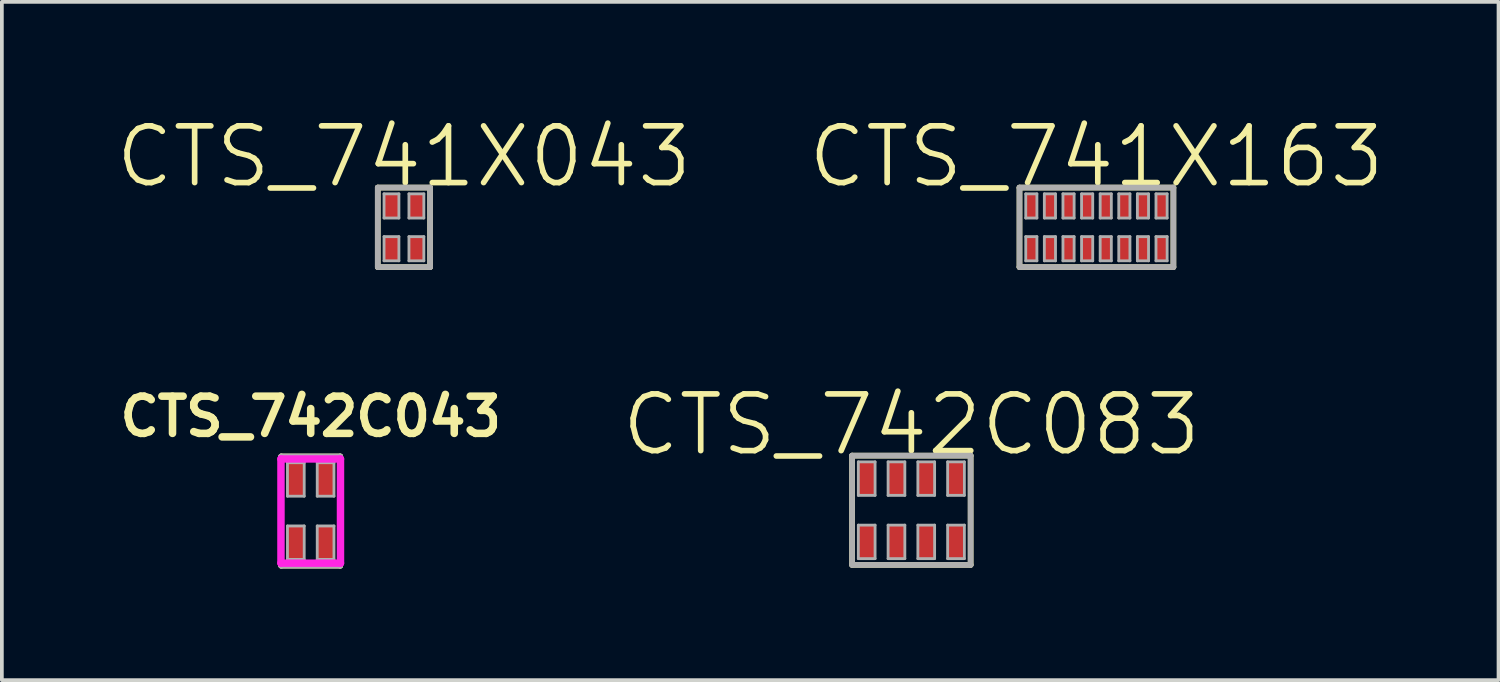
<source format=kicad_pcb>
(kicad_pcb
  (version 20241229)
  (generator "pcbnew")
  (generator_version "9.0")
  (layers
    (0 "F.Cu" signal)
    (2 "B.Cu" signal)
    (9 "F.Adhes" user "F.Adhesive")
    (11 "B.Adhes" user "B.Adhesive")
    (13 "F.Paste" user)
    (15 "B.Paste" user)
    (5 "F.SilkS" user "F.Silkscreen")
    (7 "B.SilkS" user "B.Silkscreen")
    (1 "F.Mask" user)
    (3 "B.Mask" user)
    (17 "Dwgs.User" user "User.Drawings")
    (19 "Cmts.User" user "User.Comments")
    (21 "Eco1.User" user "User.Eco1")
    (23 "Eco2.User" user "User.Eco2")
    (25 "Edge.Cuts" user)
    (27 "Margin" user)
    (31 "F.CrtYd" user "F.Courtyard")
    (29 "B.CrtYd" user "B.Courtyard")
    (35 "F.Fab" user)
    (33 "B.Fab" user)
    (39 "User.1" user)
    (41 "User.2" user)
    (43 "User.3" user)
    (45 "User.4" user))
  (footprint "CTS_742C083"
    (layer "F.Cu")
    (at 21.441 10.662)
    (property "Reference" "CTS_742C083" (at 0 -2.3 0) (layer "F.SilkS") (effects (font (size 1.524 1.524) (thickness 0.152))))
    (attr smd)
    (fp_line (start -1.593 -1.468) (end -1.593 1.468) (stroke (width 0.152) (type solid)) (layer "F.SilkS"))
    (fp_line (start -1.593 -1.468) (end 1.593 -1.468) (stroke (width 0.152) (type solid)) (layer "F.SilkS"))
    (fp_line (start 1.593 1.468) (end -1.593 1.468) (stroke (width 0.152) (type solid)) (layer "F.SilkS"))
    (fp_line (start 1.593 1.468) (end 1.593 -1.468) (stroke (width 0.152) (type solid)) (layer "F.SilkS"))
    (fp_line (start -1.593 -1.468) (end -1.593 1.468) (stroke (width 0.152) (type solid)) (layer "F.Fab"))
    (fp_line (start -1.593 -1.468) (end 1.593 -1.468) (stroke (width 0.152) (type solid)) (layer "F.Fab"))
    (fp_line (start -1.425 -1.3) (end -0.975 -1.3) (stroke (width 0.076) (type solid)) (layer "F.Fab"))
    (fp_line (start -1.425 -0.4) (end -1.425 -1.3) (stroke (width 0.076) (type solid)) (layer "F.Fab"))
    (fp_line (start -1.425 -0.4) (end -0.975 -0.4) (stroke (width 0.076) (type solid)) (layer "F.Fab"))
    (fp_line (start -1.425 0.4) (end -0.975 0.4) (stroke (width 0.076) (type solid)) (layer "F.Fab"))
    (fp_line (start -1.425 1.3) (end -1.425 0.4) (stroke (width 0.076) (type solid)) (layer "F.Fab"))
    (fp_line (start -1.425 1.3) (end -0.975 1.3) (stroke (width 0.076) (type solid)) (layer "F.Fab"))
    (fp_line (start -0.975 -0.4) (end -0.975 -1.3) (stroke (width 0.076) (type solid)) (layer "F.Fab"))
    (fp_line (start -0.975 1.3) (end -0.975 0.4) (stroke (width 0.076) (type solid)) (layer "F.Fab"))
    (fp_line (start -0.625 -1.3) (end -0.175 -1.3) (stroke (width 0.076) (type solid)) (layer "F.Fab"))
    (fp_line (start -0.625 -0.4) (end -0.625 -1.3) (stroke (width 0.076) (type solid)) (layer "F.Fab"))
    (fp_line (start -0.625 -0.4) (end -0.175 -0.4) (stroke (width 0.076) (type solid)) (layer "F.Fab"))
    (fp_line (start -0.625 0.4) (end -0.175 0.4) (stroke (width 0.076) (type solid)) (layer "F.Fab"))
    (fp_line (start -0.625 1.3) (end -0.625 0.4) (stroke (width 0.076) (type solid)) (layer "F.Fab"))
    (fp_line (start -0.625 1.3) (end -0.175 1.3) (stroke (width 0.076) (type solid)) (layer "F.Fab"))
    (fp_line (start -0.175 -0.4) (end -0.175 -1.3) (stroke (width 0.076) (type solid)) (layer "F.Fab"))
    (fp_line (start -0.175 1.3) (end -0.175 0.4) (stroke (width 0.076) (type solid)) (layer "F.Fab"))
    (fp_line (start 0.175 -1.3) (end 0.625 -1.3) (stroke (width 0.076) (type solid)) (layer "F.Fab"))
    (fp_line (start 0.175 -0.4) (end 0.175 -1.3) (stroke (width 0.076) (type solid)) (layer "F.Fab"))
    (fp_line (start 0.175 -0.4) (end 0.625 -0.4) (stroke (width 0.076) (type solid)) (layer "F.Fab"))
    (fp_line (start 0.175 0.4) (end 0.625 0.4) (stroke (width 0.076) (type solid)) (layer "F.Fab"))
    (fp_line (start 0.175 1.3) (end 0.175 0.4) (stroke (width 0.076) (type solid)) (layer "F.Fab"))
    (fp_line (start 0.175 1.3) (end 0.625 1.3) (stroke (width 0.076) (type solid)) (layer "F.Fab"))
    (fp_line (start 0.625 -0.4) (end 0.625 -1.3) (stroke (width 0.076) (type solid)) (layer "F.Fab"))
    (fp_line (start 0.625 1.3) (end 0.625 0.4) (stroke (width 0.076) (type solid)) (layer "F.Fab"))
    (fp_line (start 0.975 -1.3) (end 1.425 -1.3) (stroke (width 0.076) (type solid)) (layer "F.Fab"))
    (fp_line (start 0.975 -0.4) (end 0.975 -1.3) (stroke (width 0.076) (type solid)) (layer "F.Fab"))
    (fp_line (start 0.975 -0.4) (end 1.425 -0.4) (stroke (width 0.076) (type solid)) (layer "F.Fab"))
    (fp_line (start 0.975 0.4) (end 1.425 0.4) (stroke (width 0.076) (type solid)) (layer "F.Fab"))
    (fp_line (start 0.975 1.3) (end 0.975 0.4) (stroke (width 0.076) (type solid)) (layer "F.Fab"))
    (fp_line (start 0.975 1.3) (end 1.425 1.3) (stroke (width 0.076) (type solid)) (layer "F.Fab"))
    (fp_line (start 1.425 -0.4) (end 1.425 -1.3) (stroke (width 0.076) (type solid)) (layer "F.Fab"))
    (fp_line (start 1.425 1.3) (end 1.425 0.4) (stroke (width 0.076) (type solid)) (layer "F.Fab"))
    (fp_line (start 1.593 1.468) (end -1.593 1.468) (stroke (width 0.152) (type solid)) (layer "F.Fab"))
    (fp_line (start 1.593 1.468) (end 1.593 -1.468) (stroke (width 0.152) (type solid)) (layer "F.Fab"))
    (pad "1" smd rect (at -1.2 0.85) (size 0.45 0.9) (layers "F.Cu" "F.Mask" "F.Paste"))
    (pad "2" smd rect (at -0.4 0.85) (size 0.45 0.9) (layers "F.Cu" "F.Mask" "F.Paste"))
    (pad "3" smd rect (at 0.4 0.85) (size 0.45 0.9) (layers "F.Cu" "F.Mask" "F.Paste"))
    (pad "4" smd rect (at 1.2 0.85) (size 0.45 0.9) (layers "F.Cu" "F.Mask" "F.Paste"))
    (pad "5" smd rect (at 1.2 -0.85) (size 0.45 0.9) (layers "F.Cu" "F.Mask" "F.Paste"))
    (pad "6" smd rect (at 0.4 -0.85) (size 0.45 0.9) (layers "F.Cu" "F.Mask" "F.Paste"))
    (pad "7" smd rect (at -0.4 -0.85) (size 0.45 0.9) (layers "F.Cu" "F.Mask" "F.Paste"))
    (pad "8" smd rect (at -1.2 -0.85) (size 0.45 0.9) (layers "F.Cu" "F.Mask" "F.Paste")))
  (footprint "CTS_742C043"
    (layer "F.Cu")
    (at 5.3 10.684)
    (property "Reference" "CTS_742C043" (at 0 -2.54 0) (layer "F.SilkS") (effects (font (size 1 1) (thickness 0.203))))
    (attr smd)
    (fp_line (start -0.793 -1.468) (end -0.793 1.468) (stroke (width 0.152) (type solid)) (layer "F.SilkS"))
    (fp_line (start -0.793 -1.468) (end 0.793 -1.468) (stroke (width 0.152) (type solid)) (layer "F.SilkS"))
    (fp_line (start 0.793 1.468) (end -0.793 1.468) (stroke (width 0.152) (type solid)) (layer "F.SilkS"))
    (fp_line (start 0.793 1.468) (end 0.793 -1.468) (stroke (width 0.152) (type solid)) (layer "F.SilkS"))
    (fp_line (start -0.8 -1.4) (end -0.8 1.4) (stroke (width 0.2) (type solid)) (layer "F.CrtYd"))
    (fp_line (start -0.8 1.4) (end 0.8 1.4) (stroke (width 0.2) (type solid)) (layer "F.CrtYd"))
    (fp_line (start 0.8 -1.4) (end -0.8 -1.4) (stroke (width 0.2) (type solid)) (layer "F.CrtYd"))
    (fp_line (start 0.8 1.4) (end 0.8 -1.4) (stroke (width 0.2) (type solid)) (layer "F.CrtYd"))
    (fp_line (start -0.793 -1.468) (end -0.793 1.468) (stroke (width 0.152) (type solid)) (layer "F.Fab"))
    (fp_line (start -0.793 -1.468) (end 0.793 -1.468) (stroke (width 0.152) (type solid)) (layer "F.Fab"))
    (fp_line (start -0.625 -1.3) (end -0.175 -1.3) (stroke (width 0.076) (type solid)) (layer "F.Fab"))
    (fp_line (start -0.625 -0.4) (end -0.625 -1.3) (stroke (width 0.076) (type solid)) (layer "F.Fab"))
    (fp_line (start -0.625 -0.4) (end -0.175 -0.4) (stroke (width 0.076) (type solid)) (layer "F.Fab"))
    (fp_line (start -0.625 0.4) (end -0.175 0.4) (stroke (width 0.076) (type solid)) (layer "F.Fab"))
    (fp_line (start -0.625 1.3) (end -0.625 0.4) (stroke (width 0.076) (type solid)) (layer "F.Fab"))
    (fp_line (start -0.625 1.3) (end -0.175 1.3) (stroke (width 0.076) (type solid)) (layer "F.Fab"))
    (fp_line (start -0.175 -0.4) (end -0.175 -1.3) (stroke (width 0.076) (type solid)) (layer "F.Fab"))
    (fp_line (start -0.175 1.3) (end -0.175 0.4) (stroke (width 0.076) (type solid)) (layer "F.Fab"))
    (fp_line (start 0.175 -1.3) (end 0.625 -1.3) (stroke (width 0.076) (type solid)) (layer "F.Fab"))
    (fp_line (start 0.175 -0.4) (end 0.175 -1.3) (stroke (width 0.076) (type solid)) (layer "F.Fab"))
    (fp_line (start 0.175 -0.4) (end 0.625 -0.4) (stroke (width 0.076) (type solid)) (layer "F.Fab"))
    (fp_line (start 0.175 0.4) (end 0.625 0.4) (stroke (width 0.076) (type solid)) (layer "F.Fab"))
    (fp_line (start 0.175 1.3) (end 0.175 0.4) (stroke (width 0.076) (type solid)) (layer "F.Fab"))
    (fp_line (start 0.175 1.3) (end 0.625 1.3) (stroke (width 0.076) (type solid)) (layer "F.Fab"))
    (fp_line (start 0.625 -0.4) (end 0.625 -1.3) (stroke (width 0.076) (type solid)) (layer "F.Fab"))
    (fp_line (start 0.625 1.3) (end 0.625 0.4) (stroke (width 0.076) (type solid)) (layer "F.Fab"))
    (fp_line (start 0.793 1.468) (end -0.793 1.468) (stroke (width 0.152) (type solid)) (layer "F.Fab"))
    (fp_line (start 0.793 1.468) (end 0.793 -1.468) (stroke (width 0.152) (type solid)) (layer "F.Fab"))
    (pad "1" smd rect (at -0.4 0.85) (size 0.45 0.9) (layers "F.Cu" "F.Mask" "F.Paste"))
    (pad "2" smd rect (at 0.4 0.85) (size 0.45 0.9) (layers "F.Cu" "F.Mask" "F.Paste"))
    (pad "3" smd rect (at 0.4 -0.85) (size 0.45 0.9) (layers "F.Cu" "F.Mask" "F.Paste"))
    (pad "4" smd rect (at -0.4 -0.85) (size 0.45 0.9) (layers "F.Cu" "F.Mask" "F.Paste")))
  (footprint "CTS_741X043"
    (layer "F.Cu")
    (at 7.805 3.059)
    (property "Reference" "CTS_741X043" (at 0 -1.9 0) (layer "F.SilkS") (effects (font (size 1.524 1.524) (thickness 0.152))))
    (attr smd)
    (fp_line (start -0.703 -1.068) (end -0.703 1.068) (stroke (width 0.152) (type solid)) (layer "F.SilkS"))
    (fp_line (start -0.703 -1.068) (end 0.703 -1.068) (stroke (width 0.152) (type solid)) (layer "F.SilkS"))
    (fp_line (start 0.703 1.068) (end -0.703 1.068) (stroke (width 0.152) (type solid)) (layer "F.SilkS"))
    (fp_line (start 0.703 1.068) (end 0.703 -1.068) (stroke (width 0.152) (type solid)) (layer "F.SilkS"))
    (fp_line (start -0.703 -1.068) (end -0.703 1.068) (stroke (width 0.152) (type solid)) (layer "F.Fab"))
    (fp_line (start -0.703 -1.068) (end 0.703 -1.068) (stroke (width 0.152) (type solid)) (layer "F.Fab"))
    (fp_line (start -0.535 -0.9) (end -0.135 -0.9) (stroke (width 0.076) (type solid)) (layer "F.Fab"))
    (fp_line (start -0.535 -0.25) (end -0.535 -0.9) (stroke (width 0.076) (type solid)) (layer "F.Fab"))
    (fp_line (start -0.535 -0.25) (end -0.135 -0.25) (stroke (width 0.076) (type solid)) (layer "F.Fab"))
    (fp_line (start -0.535 0.25) (end -0.135 0.25) (stroke (width 0.076) (type solid)) (layer "F.Fab"))
    (fp_line (start -0.535 0.9) (end -0.535 0.25) (stroke (width 0.076) (type solid)) (layer "F.Fab"))
    (fp_line (start -0.535 0.9) (end -0.135 0.9) (stroke (width 0.076) (type solid)) (layer "F.Fab"))
    (fp_line (start -0.135 -0.25) (end -0.135 -0.9) (stroke (width 0.076) (type solid)) (layer "F.Fab"))
    (fp_line (start -0.135 0.9) (end -0.135 0.25) (stroke (width 0.076) (type solid)) (layer "F.Fab"))
    (fp_line (start 0.135 -0.9) (end 0.535 -0.9) (stroke (width 0.076) (type solid)) (layer "F.Fab"))
    (fp_line (start 0.135 -0.25) (end 0.135 -0.9) (stroke (width 0.076) (type solid)) (layer "F.Fab"))
    (fp_line (start 0.135 -0.25) (end 0.535 -0.25) (stroke (width 0.076) (type solid)) (layer "F.Fab"))
    (fp_line (start 0.135 0.25) (end 0.535 0.25) (stroke (width 0.076) (type solid)) (layer "F.Fab"))
    (fp_line (start 0.135 0.9) (end 0.135 0.25) (stroke (width 0.076) (type solid)) (layer "F.Fab"))
    (fp_line (start 0.135 0.9) (end 0.535 0.9) (stroke (width 0.076) (type solid)) (layer "F.Fab"))
    (fp_line (start 0.535 -0.25) (end 0.535 -0.9) (stroke (width 0.076) (type solid)) (layer "F.Fab"))
    (fp_line (start 0.535 0.9) (end 0.535 0.25) (stroke (width 0.076) (type solid)) (layer "F.Fab"))
    (fp_line (start 0.703 1.068) (end -0.703 1.068) (stroke (width 0.152) (type solid)) (layer "F.Fab"))
    (fp_line (start 0.703 1.068) (end 0.703 -1.068) (stroke (width 0.152) (type solid)) (layer "F.Fab"))
    (pad "1" smd rect (at -0.335 0.575) (size 0.4 0.65) (layers "F.Cu" "F.Mask" "F.Paste"))
    (pad "2" smd rect (at 0.335 0.575) (size 0.4 0.65) (layers "F.Cu" "F.Mask" "F.Paste"))
    (pad "3" smd rect (at 0.335 -0.575) (size 0.4 0.65) (layers "F.Cu" "F.Mask" "F.Paste"))
    (pad "4" smd rect (at -0.335 -0.575) (size 0.4 0.65) (layers "F.Cu" "F.Mask" "F.Paste")))
  (footprint "CTS_741X163"
    (layer "F.Cu")
    (at 26.415 3.059)
    (property "Reference" "CTS_741X163" (at 0 -1.9 0) (layer "F.SilkS") (effects (font (size 1.524 1.524) (thickness 0.152))))
    (attr smd)
    (fp_line (start -2.068 -1.068) (end -2.068 1.068) (stroke (width 0.152) (type solid)) (layer "F.SilkS"))
    (fp_line (start -2.068 -1.068) (end 2.068 -1.068) (stroke (width 0.152) (type solid)) (layer "F.SilkS"))
    (fp_line (start 2.068 1.068) (end -2.068 1.068) (stroke (width 0.152) (type solid)) (layer "F.SilkS"))
    (fp_line (start 2.068 1.068) (end 2.068 -1.068) (stroke (width 0.152) (type solid)) (layer "F.SilkS"))
    (fp_line (start -2.068 -1.068) (end -2.068 1.068) (stroke (width 0.152) (type solid)) (layer "F.Fab"))
    (fp_line (start -2.068 -1.068) (end 2.068 -1.068) (stroke (width 0.152) (type solid)) (layer "F.Fab"))
    (fp_line (start -1.9 -0.9) (end -1.6 -0.9) (stroke (width 0.076) (type solid)) (layer "F.Fab"))
    (fp_line (start -1.9 -0.25) (end -1.9 -0.9) (stroke (width 0.076) (type solid)) (layer "F.Fab"))
    (fp_line (start -1.9 -0.25) (end -1.6 -0.25) (stroke (width 0.076) (type solid)) (layer "F.Fab"))
    (fp_line (start -1.9 0.25) (end -1.6 0.25) (stroke (width 0.076) (type solid)) (layer "F.Fab"))
    (fp_line (start -1.9 0.9) (end -1.9 0.25) (stroke (width 0.076) (type solid)) (layer "F.Fab"))
    (fp_line (start -1.9 0.9) (end -1.6 0.9) (stroke (width 0.076) (type solid)) (layer "F.Fab"))
    (fp_line (start -1.6 -0.25) (end -1.6 -0.9) (stroke (width 0.076) (type solid)) (layer "F.Fab"))
    (fp_line (start -1.6 0.9) (end -1.6 0.25) (stroke (width 0.076) (type solid)) (layer "F.Fab"))
    (fp_line (start -1.4 -0.9) (end -1.1 -0.9) (stroke (width 0.076) (type solid)) (layer "F.Fab"))
    (fp_line (start -1.4 -0.25) (end -1.4 -0.9) (stroke (width 0.076) (type solid)) (layer "F.Fab"))
    (fp_line (start -1.4 -0.25) (end -1.1 -0.25) (stroke (width 0.076) (type solid)) (layer "F.Fab"))
    (fp_line (start -1.4 0.25) (end -1.1 0.25) (stroke (width 0.076) (type solid)) (layer "F.Fab"))
    (fp_line (start -1.4 0.9) (end -1.4 0.25) (stroke (width 0.076) (type solid)) (layer "F.Fab"))
    (fp_line (start -1.4 0.9) (end -1.1 0.9) (stroke (width 0.076) (type solid)) (layer "F.Fab"))
    (fp_line (start -1.1 -0.25) (end -1.1 -0.9) (stroke (width 0.076) (type solid)) (layer "F.Fab"))
    (fp_line (start -1.1 0.9) (end -1.1 0.25) (stroke (width 0.076) (type solid)) (layer "F.Fab"))
    (fp_line (start -0.9 -0.9) (end -0.6 -0.9) (stroke (width 0.076) (type solid)) (layer "F.Fab"))
    (fp_line (start -0.9 -0.25) (end -0.9 -0.9) (stroke (width 0.076) (type solid)) (layer "F.Fab"))
    (fp_line (start -0.9 -0.25) (end -0.6 -0.25) (stroke (width 0.076) (type solid)) (layer "F.Fab"))
    (fp_line (start -0.9 0.25) (end -0.6 0.25) (stroke (width 0.076) (type solid)) (layer "F.Fab"))
    (fp_line (start -0.9 0.9) (end -0.9 0.25) (stroke (width 0.076) (type solid)) (layer "F.Fab"))
    (fp_line (start -0.9 0.9) (end -0.6 0.9) (stroke (width 0.076) (type solid)) (layer "F.Fab"))
    (fp_line (start -0.6 -0.25) (end -0.6 -0.9) (stroke (width 0.076) (type solid)) (layer "F.Fab"))
    (fp_line (start -0.6 0.9) (end -0.6 0.25) (stroke (width 0.076) (type solid)) (layer "F.Fab"))
    (fp_line (start -0.4 -0.9) (end -0.1 -0.9) (stroke (width 0.076) (type solid)) (layer "F.Fab"))
    (fp_line (start -0.4 -0.25) (end -0.4 -0.9) (stroke (width 0.076) (type solid)) (layer "F.Fab"))
    (fp_line (start -0.4 -0.25) (end -0.1 -0.25) (stroke (width 0.076) (type solid)) (layer "F.Fab"))
    (fp_line (start -0.4 0.25) (end -0.1 0.25) (stroke (width 0.076) (type solid)) (layer "F.Fab"))
    (fp_line (start -0.4 0.9) (end -0.4 0.25) (stroke (width 0.076) (type solid)) (layer "F.Fab"))
    (fp_line (start -0.4 0.9) (end -0.1 0.9) (stroke (width 0.076) (type solid)) (layer "F.Fab"))
    (fp_line (start -0.1 -0.25) (end -0.1 -0.9) (stroke (width 0.076) (type solid)) (layer "F.Fab"))
    (fp_line (start -0.1 0.9) (end -0.1 0.25) (stroke (width 0.076) (type solid)) (layer "F.Fab"))
    (fp_line (start 0.1 -0.9) (end 0.4 -0.9) (stroke (width 0.076) (type solid)) (layer "F.Fab"))
    (fp_line (start 0.1 -0.25) (end 0.1 -0.9) (stroke (width 0.076) (type solid)) (layer "F.Fab"))
    (fp_line (start 0.1 -0.25) (end 0.4 -0.25) (stroke (width 0.076) (type solid)) (layer "F.Fab"))
    (fp_line (start 0.1 0.25) (end 0.4 0.25) (stroke (width 0.076) (type solid)) (layer "F.Fab"))
    (fp_line (start 0.1 0.9) (end 0.1 0.25) (stroke (width 0.076) (type solid)) (layer "F.Fab"))
    (fp_line (start 0.1 0.9) (end 0.4 0.9) (stroke (width 0.076) (type solid)) (layer "F.Fab"))
    (fp_line (start 0.4 -0.25) (end 0.4 -0.9) (stroke (width 0.076) (type solid)) (layer "F.Fab"))
    (fp_line (start 0.4 0.9) (end 0.4 0.25) (stroke (width 0.076) (type solid)) (layer "F.Fab"))
    (fp_line (start 0.6 -0.9) (end 0.9 -0.9) (stroke (width 0.076) (type solid)) (layer "F.Fab"))
    (fp_line (start 0.6 -0.25) (end 0.6 -0.9) (stroke (width 0.076) (type solid)) (layer "F.Fab"))
    (fp_line (start 0.6 -0.25) (end 0.9 -0.25) (stroke (width 0.076) (type solid)) (layer "F.Fab"))
    (fp_line (start 0.6 0.25) (end 0.9 0.25) (stroke (width 0.076) (type solid)) (layer "F.Fab"))
    (fp_line (start 0.6 0.9) (end 0.6 0.25) (stroke (width 0.076) (type solid)) (layer "F.Fab"))
    (fp_line (start 0.6 0.9) (end 0.9 0.9) (stroke (width 0.076) (type solid)) (layer "F.Fab"))
    (fp_line (start 0.9 -0.25) (end 0.9 -0.9) (stroke (width 0.076) (type solid)) (layer "F.Fab"))
    (fp_line (start 0.9 0.9) (end 0.9 0.25) (stroke (width 0.076) (type solid)) (layer "F.Fab"))
    (fp_line (start 1.1 -0.9) (end 1.4 -0.9) (stroke (width 0.076) (type solid)) (layer "F.Fab"))
    (fp_line (start 1.1 -0.25) (end 1.1 -0.9) (stroke (width 0.076) (type solid)) (layer "F.Fab"))
    (fp_line (start 1.1 -0.25) (end 1.4 -0.25) (stroke (width 0.076) (type solid)) (layer "F.Fab"))
    (fp_line (start 1.1 0.25) (end 1.4 0.25) (stroke (width 0.076) (type solid)) (layer "F.Fab"))
    (fp_line (start 1.1 0.9) (end 1.1 0.25) (stroke (width 0.076) (type solid)) (layer "F.Fab"))
    (fp_line (start 1.1 0.9) (end 1.4 0.9) (stroke (width 0.076) (type solid)) (layer "F.Fab"))
    (fp_line (start 1.4 -0.25) (end 1.4 -0.9) (stroke (width 0.076) (type solid)) (layer "F.Fab"))
    (fp_line (start 1.4 0.9) (end 1.4 0.25) (stroke (width 0.076) (type solid)) (layer "F.Fab"))
    (fp_line (start 1.6 -0.9) (end 1.9 -0.9) (stroke (width 0.076) (type solid)) (layer "F.Fab"))
    (fp_line (start 1.6 -0.25) (end 1.6 -0.9) (stroke (width 0.076) (type solid)) (layer "F.Fab"))
    (fp_line (start 1.6 -0.25) (end 1.9 -0.25) (stroke (width 0.076) (type solid)) (layer "F.Fab"))
    (fp_line (start 1.6 0.25) (end 1.9 0.25) (stroke (width 0.076) (type solid)) (layer "F.Fab"))
    (fp_line (start 1.6 0.9) (end 1.6 0.25) (stroke (width 0.076) (type solid)) (layer "F.Fab"))
    (fp_line (start 1.6 0.9) (end 1.9 0.9) (stroke (width 0.076) (type solid)) (layer "F.Fab"))
    (fp_line (start 1.9 -0.25) (end 1.9 -0.9) (stroke (width 0.076) (type solid)) (layer "F.Fab"))
    (fp_line (start 1.9 0.9) (end 1.9 0.25) (stroke (width 0.076) (type solid)) (layer "F.Fab"))
    (fp_line (start 2.068 1.068) (end -2.068 1.068) (stroke (width 0.152) (type solid)) (layer "F.Fab"))
    (fp_line (start 2.068 1.068) (end 2.068 -1.068) (stroke (width 0.152) (type solid)) (layer "F.Fab"))
    (pad "1" smd rect (at -1.75 0.575) (size 0.3 0.65) (layers "F.Cu" "F.Mask" "F.Paste"))
    (pad "2" smd rect (at -1.25 0.575) (size 0.3 0.65) (layers "F.Cu" "F.Mask" "F.Paste"))
    (pad "3" smd rect (at -0.75 0.575) (size 0.3 0.65) (layers "F.Cu" "F.Mask" "F.Paste"))
    (pad "4" smd rect (at -0.25 0.575) (size 0.3 0.65) (layers "F.Cu" "F.Mask" "F.Paste"))
    (pad "5" smd rect (at 0.25 0.575) (size 0.3 0.65) (layers "F.Cu" "F.Mask" "F.Paste"))
    (pad "6" smd rect (at 0.75 0.575) (size 0.3 0.65) (layers "F.Cu" "F.Mask" "F.Paste"))
    (pad "7" smd rect (at 1.25 0.575) (size 0.3 0.65) (layers "F.Cu" "F.Mask" "F.Paste"))
    (pad "8" smd rect (at 1.75 0.575) (size 0.3 0.65) (layers "F.Cu" "F.Mask" "F.Paste"))
    (pad "9" smd rect (at 1.75 -0.575) (size 0.3 0.65) (layers "F.Cu" "F.Mask" "F.Paste"))
    (pad "10" smd rect (at 1.25 -0.575) (size 0.3 0.65) (layers "F.Cu" "F.Mask" "F.Paste"))
    (pad "11" smd rect (at 0.75 -0.575) (size 0.3 0.65) (layers "F.Cu" "F.Mask" "F.Paste"))
    (pad "12" smd rect (at 0.25 -0.575) (size 0.3 0.65) (layers "F.Cu" "F.Mask" "F.Paste"))
    (pad "13" smd rect (at -0.25 -0.575) (size 0.3 0.65) (layers "F.Cu" "F.Mask" "F.Paste"))
    (pad "14" smd rect (at -0.75 -0.575) (size 0.3 0.65) (layers "F.Cu" "F.Mask" "F.Paste"))
    (pad "15" smd rect (at -1.25 -0.575) (size 0.3 0.65) (layers "F.Cu" "F.Mask" "F.Paste"))
    (pad "16" smd rect (at -1.75 -0.575) (size 0.3 0.65) (layers "F.Cu" "F.Mask" "F.Paste")))
  (gr_rect
    (start -3 -3)
    (end 37.22 15.228)
    (stroke (width 0.1) (type default))
    (fill no)
    (layer "Edge.Cuts")))
</source>
